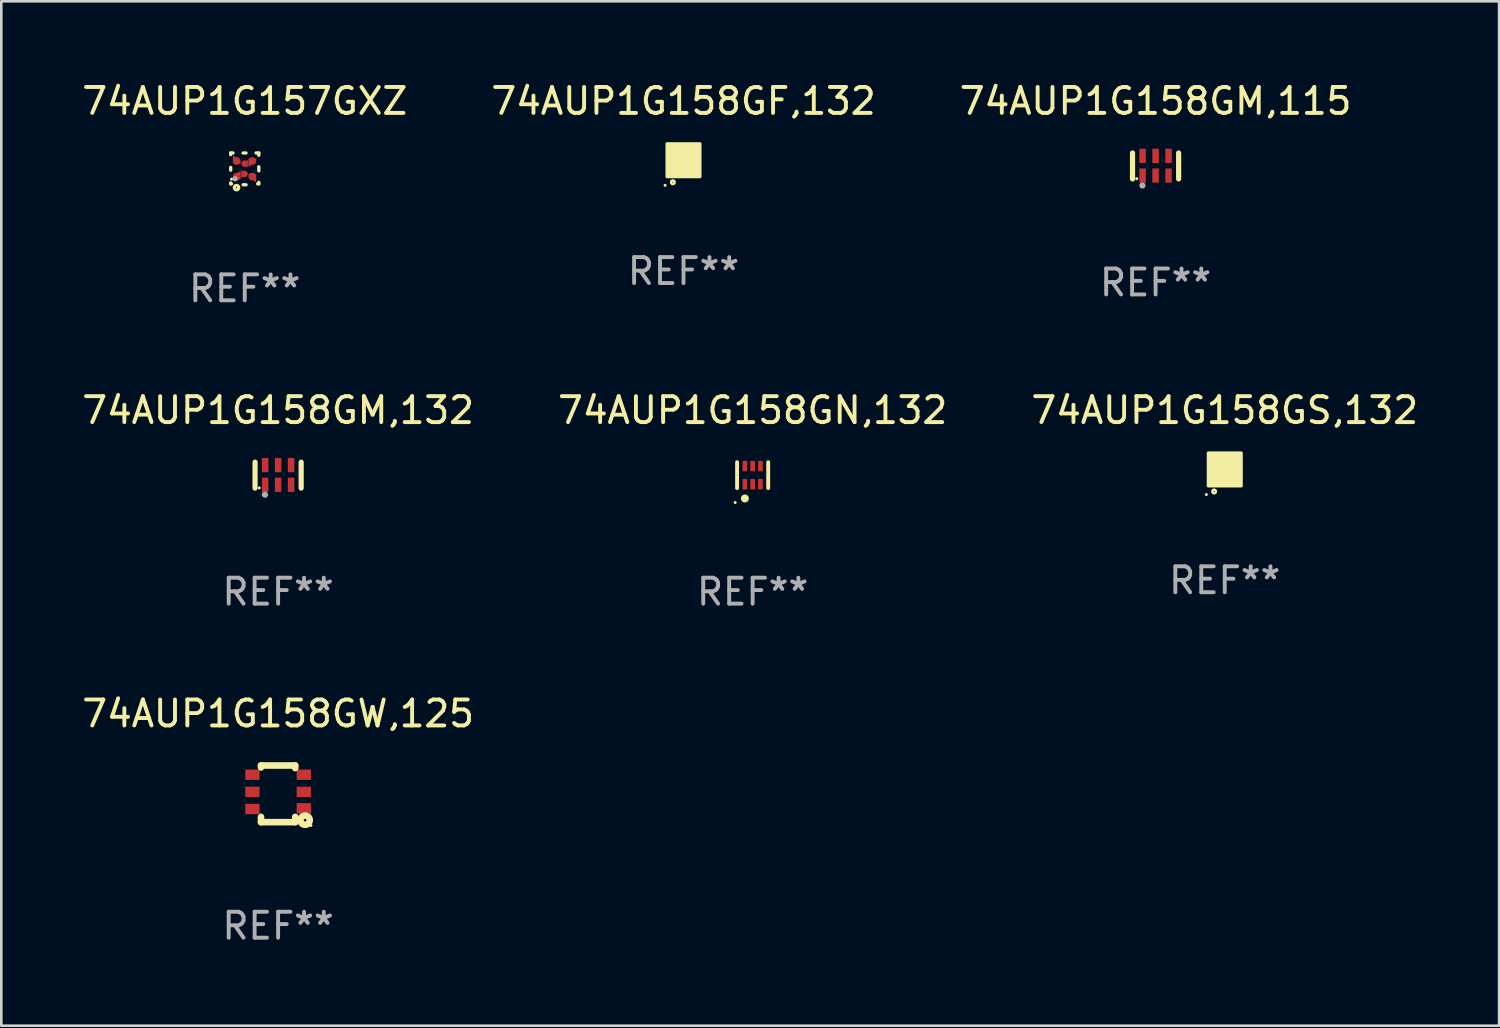
<source format=kicad_pcb>
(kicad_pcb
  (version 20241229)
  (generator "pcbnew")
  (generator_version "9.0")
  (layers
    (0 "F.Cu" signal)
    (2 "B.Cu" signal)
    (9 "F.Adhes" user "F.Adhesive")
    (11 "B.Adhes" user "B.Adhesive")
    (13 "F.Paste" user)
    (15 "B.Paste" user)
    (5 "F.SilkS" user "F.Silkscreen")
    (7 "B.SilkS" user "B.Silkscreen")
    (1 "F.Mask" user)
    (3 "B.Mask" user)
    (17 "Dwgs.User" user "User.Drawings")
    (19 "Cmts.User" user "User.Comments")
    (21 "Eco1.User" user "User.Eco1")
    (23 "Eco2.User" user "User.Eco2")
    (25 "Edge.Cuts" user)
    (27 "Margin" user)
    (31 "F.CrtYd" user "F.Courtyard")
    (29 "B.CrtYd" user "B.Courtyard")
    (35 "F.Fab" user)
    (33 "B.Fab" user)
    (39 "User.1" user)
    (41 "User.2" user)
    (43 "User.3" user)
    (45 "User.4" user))
  (footprint "74AUP1G158GN,132"
    (layer "F.Cu")
    (at 25.97 15.27)
    (property "Reference" "74AUP1G158GN,132" (at 0 -2.5 0) (layer "F.SilkS") (effects (font (size 1 1) (thickness 0.15))))
    (attr through_hole)
    (fp_line (start -0.6 -0.5) (end -0.6 0.5) (stroke (width 0.15) (type solid)) (layer "F.SilkS"))
    (fp_line (start 0.6 0.5) (end 0.6 -0.5) (stroke (width 0.15) (type solid)) (layer "F.SilkS"))
    (fp_circle (center -0.675 1.055) (end -0.645 1.055) (stroke (width 0.06) (type solid)) (fill no) (layer "F.SilkS"))
    (fp_circle (center -0.3 0.9) (end -0.22 0.9) (stroke (width 0.15) (type solid)) (fill no) (layer "F.SilkS"))
    (fp_text user "REF**" (at 0 4.5 0) (layer "F.Fab") (effects (font (size 1 1) (thickness 0.15))))
    (pad "1" smd rect (at -0.3 0.35) (size 0.18 0.4) (layers "F.Cu" "F.Mask" "F.Paste"))
    (pad "2" smd rect (at 0.000025 0.35) (size 0.18 0.4) (layers "F.Cu" "F.Mask" "F.Paste"))
    (pad "3" smd rect (at 0.3 0.35) (size 0.18 0.4) (layers "F.Cu" "F.Mask" "F.Paste"))
    (pad "4" smd rect (at 0.3 -0.35) (size 0.18 0.4) (layers "F.Cu" "F.Mask" "F.Paste"))
    (pad "5" smd rect (at 0.000025 -0.35) (size 0.18 0.4) (layers "F.Cu" "F.Mask" "F.Paste"))
    (pad "6" smd rect (at -0.3 -0.35) (size 0.18 0.4) (layers "F.Cu" "F.Mask" "F.Paste")))
  (footprint "74AUP1G158GW,125"
    (layer "F.Cu")
    (at 7.673 27.558)
    (property "Reference" "74AUP1G158GW,125" (at 0 -3.092 0) (layer "F.SilkS") (effects (font (size 1 1) (thickness 0.15))))
    (attr through_hole)
    (fp_line (start -0.66 -1.092) (end -0.66 -1.016) (stroke (width 0.254) (type solid)) (layer "F.SilkS"))
    (fp_line (start -0.66 1.092) (end -0.66 0.889) (stroke (width 0.254) (type solid)) (layer "F.SilkS"))
    (fp_line (start 0.66 -1.092) (end -0.66 -1.092) (stroke (width 0.254) (type solid)) (layer "F.SilkS"))
    (fp_line (start 0.66 -0.991) (end 0.66 -1.092) (stroke (width 0.254) (type solid)) (layer "F.SilkS"))
    (fp_line (start 0.66 0.889) (end 0.66 1.092) (stroke (width 0.254) (type solid)) (layer "F.SilkS"))
    (fp_line (start 0.66 1.092) (end -0.66 1.092) (stroke (width 0.254) (type solid)) (layer "F.SilkS"))
    (fp_circle (center 1.041 1.016) (end 1.092 1.016) (stroke (width 0.254) (type solid)) (fill no) (layer "F.SilkS"))
    (fp_circle (center 1.266 1.219) (end 1.296 1.219) (stroke (width 0.06) (type solid)) (fill no) (layer "F.SilkS"))
    (fp_text user "REF**" (at 0 5.092 0) (layer "F.Fab") (effects (font (size 1 1) (thickness 0.15))))
    (pad "1" smd rect (at 0.991 0.559 270) (size 0.399 0.551) (layers "F.Cu" "F.Mask" "F.Paste"))
    (pad "2" smd rect (at 0.991 -0.076 270) (size 0.399 0.551) (layers "F.Cu" "F.Mask" "F.Paste"))
    (pad "3" smd rect (at 0.991 -0.737 270) (size 0.399 0.551) (layers "F.Cu" "F.Mask" "F.Paste"))
    (pad "4" smd rect (at -0.991 -0.737 270) (size 0.399 0.551) (layers "F.Cu" "F.Mask" "F.Paste"))
    (pad "5" smd rect (at -0.991 -0.076 270) (size 0.399 0.551) (layers "F.Cu" "F.Mask" "F.Paste"))
    (pad "6" smd rect (at -0.991 0.584 270) (size 0.399 0.551) (layers "F.Cu" "F.Mask" "F.Paste")))
  (footprint "74AUP1G158GM,132"
    (layer "F.Cu")
    (at 7.673 15.27)
    (property "Reference" "74AUP1G158GM,132" (at 0 -2.5 0) (layer "F.SilkS") (effects (font (size 1 1) (thickness 0.15))))
    (attr through_hole)
    (fp_line (start -0.889 0.5) (end -0.889 -0.5) (stroke (width 0.2) (type solid)) (layer "F.SilkS"))
    (fp_line (start 0.889 0.5) (end 0.889 -0.5) (stroke (width 0.2) (type solid)) (layer "F.SilkS"))
    (fp_circle (center -0.725 0.492) (end -0.695 0.492) (stroke (width 0.06) (type solid)) (fill no) (layer "F.SilkS"))
    (fp_circle (center -0.508 0.754) (end -0.448 0.754) (stroke (width 0.12) (type solid)) (fill no) (layer "F.Fab"))
    (fp_text user "REF**" (at 0 4.5 0) (layer "F.Fab") (effects (font (size 1 1) (thickness 0.15))))
    (pad "1" smd rect (at -0.5 0.372) (size 0.25 0.55) (layers "F.Cu" "F.Mask" "F.Paste"))
    (pad "2" smd rect (at -0.000127 0.372) (size 0.25 0.55) (layers "F.Cu" "F.Mask" "F.Paste"))
    (pad "3" smd rect (at 0.5 0.372) (size 0.25 0.55) (layers "F.Cu" "F.Mask" "F.Paste"))
    (pad "4" smd rect (at 0.5 -0.388 180) (size 0.25 0.55) (layers "F.Cu" "F.Mask" "F.Paste"))
    (pad "5" smd rect (at -0.000127 -0.388 180) (size 0.25 0.55) (layers "F.Cu" "F.Mask" "F.Paste"))
    (pad "6" smd rect (at -0.5 -0.388 180) (size 0.25 0.55) (layers "F.Cu" "F.Mask" "F.Paste")))
  (footprint "74AUP1G158GS,132"
    (layer "F.Cu")
    (at 44.173 15.05)
    (property "Reference" "74AUP1G158GS,132" (at 0 -2.28 0) (layer "F.SilkS") (effects (font (size 1 1) (thickness 0.15))))
    (attr through_hole)
    (fp_circle (center -0.71 0.968) (end -0.68 0.968) (stroke (width 0.06) (type solid)) (fill no) (layer "F.SilkS"))
    (fp_circle (center -0.41 0.85) (end -0.342 0.85) (stroke (width 0.1) (type solid)) (fill no) (layer "F.SilkS"))
    (fp_poly (pts (xy -0.635 -0.635) (xy 0.635 -0.635) (xy 0.635 0.635) (xy -0.635 0.635)) (stroke (width 0.12) (type solid)) (fill yes) (layer "F.SilkS"))
    (fp_text user "REF**" (at 0 4.28 0) (layer "F.Fab") (effects (font (size 1 1) (thickness 0.15))))
    (pad "1" smd rect (at -0.35 0.28 90) (size 0.35 0.2) (layers "F.Cu" "F.Mask" "F.Paste"))
    (pad "2" smd rect (at 0 0.28 90) (size 0.35 0.2) (layers "F.Cu" "F.Mask" "F.Paste"))
    (pad "3" smd rect (at 0.35 0.28 90) (size 0.35 0.2) (layers "F.Cu" "F.Mask" "F.Paste"))
    (pad "4" smd rect (at 0.35 -0.28 90) (size 0.35 0.2) (layers "F.Cu" "F.Mask" "F.Paste"))
    (pad "5" smd rect (at 0 -0.28 90) (size 0.35 0.2) (layers "F.Cu" "F.Mask" "F.Paste"))
    (pad "6" smd rect (at -0.35 -0.28 90) (size 0.35 0.2) (layers "F.Cu" "F.Mask" "F.Paste")))
  (footprint "74AUP1G157GXZ"
    (layer "F.Cu")
    (at 6.387 3.461)
    (property "Reference" "74AUP1G157GXZ" (at 0 -2.613 0) (layer "F.SilkS") (effects (font (size 1 1) (thickness 0.15))))
    (attr through_hole)
    (fp_line (start -0.542 -0.613) (end -0.451 -0.613) (stroke (width 0.127) (type solid)) (layer "F.SilkS"))
    (fp_line (start -0.542 -0.55) (end -0.542 -0.613) (stroke (width 0.127) (type solid)) (layer "F.SilkS"))
    (fp_line (start -0.542 0.05) (end -0.542 -0.055) (stroke (width 0.127) (type solid)) (layer "F.SilkS"))
    (fp_line (start -0.542 0.577) (end -0.542 0.545) (stroke (width 0.127) (type solid)) (layer "F.SilkS"))
    (fp_line (start -0.512 0.577) (end -0.542 0.577) (stroke (width 0.127) (type solid)) (layer "F.SilkS"))
    (fp_line (start -0.064 -0.613) (end 0.049 -0.613) (stroke (width 0.127) (type solid)) (layer "F.SilkS"))
    (fp_line (start -0.062 0.613) (end 0.051 0.613) (stroke (width 0.127) (type solid)) (layer "F.SilkS"))
    (fp_line (start 0.436 -0.613) (end 0.542 -0.613) (stroke (width 0.127) (type solid)) (layer "F.SilkS"))
    (fp_line (start 0.542 -0.613) (end 0.542 -0.524) (stroke (width 0.127) (type solid)) (layer "F.SilkS"))
    (fp_line (start 0.542 -0.081) (end 0.542 0.076) (stroke (width 0.127) (type solid)) (layer "F.SilkS"))
    (fp_line (start 0.542 0.519) (end 0.542 0.577) (stroke (width 0.127) (type solid)) (layer "F.SilkS"))
    (fp_line (start 0.542 0.577) (end 0.497 0.577) (stroke (width 0.127) (type solid)) (layer "F.SilkS"))
    (fp_circle (center -0.508 0.397) (end -0.478 0.397) (stroke (width 0.06) (type solid)) (fill no) (layer "F.SilkS"))
    (fp_circle (center -0.317 0.723) (end -0.296 0.723) (stroke (width 0.127) (type solid)) (fill no) (layer "F.SilkS"))
    (fp_circle (center -0.373 0.382) (end -0.322 0.382) (stroke (width 0.1) (type solid)) (fill no) (layer "F.Fab"))
    (fp_text user "REF**" (at 0 4.613 0) (layer "F.Fab") (effects (font (size 1 1) (thickness 0.15))))
    (pad "1" smd custom (at -0.308 0.298 90) (size 0.3 0.3) (layers "F.Cu" "F.Mask" "F.Paste") (options (anchor circle)) (primitives (gr_poly (pts (xy -0.1 0.15) (xy 0.2 0.15) (xy 0.2 0.1) (xy -0.05 -0.15) (xy -0.1 -0.15)) (width 0) (fill yes))))
    (pad "2" smd custom (at -0.008 0.197 90) (size 0.25 0.3) (layers "F.Cu" "F.Mask" "F.Paste") (options (anchor circle)) (primitives (gr_poly (pts (xy -0.15 -0.125) (xy 0.15 -0.125) (xy 0.000076 0.125)) (width 0) (fill yes))))
    (pad "3" smd custom (at 0.292 0.298 90) (size 0.3 0.3) (layers "F.Cu" "F.Mask" "F.Paste") (options (anchor circle)) (primitives (gr_poly (pts (xy 0.1 0.15) (xy 0.1 -0.15) (xy 0.05 -0.15) (xy -0.2 0.1) (xy -0.2 0.15)) (width 0) (fill yes))))
    (pad "4" smd custom (at 0.292 -0.302 90) (size 0.3 0.3) (layers "F.Cu" "F.Mask" "F.Paste") (options (anchor circle)) (primitives (gr_poly (pts (xy 0.1 -0.15) (xy -0.2 -0.15) (xy -0.2 -0.1) (xy 0.05 0.15) (xy 0.1 0.15)) (width 0) (fill yes))))
    (pad "5" smd custom (at -0.008 -0.202 90) (size 0.25 0.3) (layers "F.Cu" "F.Mask" "F.Paste") (options (anchor circle)) (primitives (gr_poly (pts (xy -0.15 0.125) (xy 0.15 0.125) (xy 0.000051 -0.125)) (width 0) (fill yes))))
    (pad "6" smd custom (at -0.308 -0.302 90) (size 0.3 0.3) (layers "F.Cu" "F.Mask" "F.Paste") (options (anchor circle)) (primitives (gr_poly (pts (xy -0.1 -0.15) (xy 0.2 -0.15) (xy 0.2 -0.1) (xy -0.05 0.15) (xy -0.1 0.15)) (width 0) (fill yes)))))
  (footprint "74AUP1G158GF,132"
    (layer "F.Cu")
    (at 23.304 3.128)
    (property "Reference" "74AUP1G158GF,132" (at 0 -2.28 0) (layer "F.SilkS") (effects (font (size 1 1) (thickness 0.15))))
    (attr through_hole)
    (fp_circle (center -0.71 0.968) (end -0.68 0.968) (stroke (width 0.06) (type solid)) (fill no) (layer "F.SilkS"))
    (fp_circle (center -0.41 0.85) (end -0.342 0.85) (stroke (width 0.1) (type solid)) (fill no) (layer "F.SilkS"))
    (fp_poly (pts (xy -0.635 -0.635) (xy 0.635 -0.635) (xy 0.635 0.635) (xy -0.635 0.635)) (stroke (width 0.12) (type solid)) (fill yes) (layer "F.SilkS"))
    (fp_text user "REF**" (at 0 4.28 0) (layer "F.Fab") (effects (font (size 1 1) (thickness 0.15))))
    (pad "1" smd rect (at -0.35 0.28 90) (size 0.35 0.2) (layers "F.Cu" "F.Mask" "F.Paste"))
    (pad "2" smd rect (at 0 0.28 90) (size 0.35 0.2) (layers "F.Cu" "F.Mask" "F.Paste"))
    (pad "3" smd rect (at 0.35 0.28 90) (size 0.35 0.2) (layers "F.Cu" "F.Mask" "F.Paste"))
    (pad "4" smd rect (at 0.35 -0.28 90) (size 0.35 0.2) (layers "F.Cu" "F.Mask" "F.Paste"))
    (pad "5" smd rect (at 0 -0.28 90) (size 0.35 0.2) (layers "F.Cu" "F.Mask" "F.Paste"))
    (pad "6" smd rect (at -0.35 -0.28 90) (size 0.35 0.2) (layers "F.Cu" "F.Mask" "F.Paste")))
  (footprint "74AUP1G158GM,115"
    (layer "F.Cu")
    (at 41.506 3.348)
    (property "Reference" "74AUP1G158GM,115" (at 0 -2.5 0) (layer "F.SilkS") (effects (font (size 1 1) (thickness 0.15))))
    (attr through_hole)
    (fp_line (start -0.889 0.5) (end -0.889 -0.5) (stroke (width 0.2) (type solid)) (layer "F.SilkS"))
    (fp_line (start 0.889 0.5) (end 0.889 -0.5) (stroke (width 0.2) (type solid)) (layer "F.SilkS"))
    (fp_circle (center -0.725 0.492) (end -0.695 0.492) (stroke (width 0.06) (type solid)) (fill no) (layer "F.SilkS"))
    (fp_circle (center -0.508 0.754) (end -0.448 0.754) (stroke (width 0.12) (type solid)) (fill no) (layer "F.Fab"))
    (fp_text user "REF**" (at 0 4.5 0) (layer "F.Fab") (effects (font (size 1 1) (thickness 0.15))))
    (pad "1" smd rect (at -0.5 0.372) (size 0.25 0.55) (layers "F.Cu" "F.Mask" "F.Paste"))
    (pad "2" smd rect (at -0.000127 0.372) (size 0.25 0.55) (layers "F.Cu" "F.Mask" "F.Paste"))
    (pad "3" smd rect (at 0.5 0.372) (size 0.25 0.55) (layers "F.Cu" "F.Mask" "F.Paste"))
    (pad "4" smd rect (at 0.5 -0.388 180) (size 0.25 0.55) (layers "F.Cu" "F.Mask" "F.Paste"))
    (pad "5" smd rect (at -0.000127 -0.388 180) (size 0.25 0.55) (layers "F.Cu" "F.Mask" "F.Paste"))
    (pad "6" smd rect (at -0.5 -0.388 180) (size 0.25 0.55) (layers "F.Cu" "F.Mask" "F.Paste")))
  (gr_rect
    (start -3 -3)
    (end 54.75 36.499)
    (stroke (width 0.1) (type default))
    (fill no)
    (layer "Edge.Cuts")))
</source>
